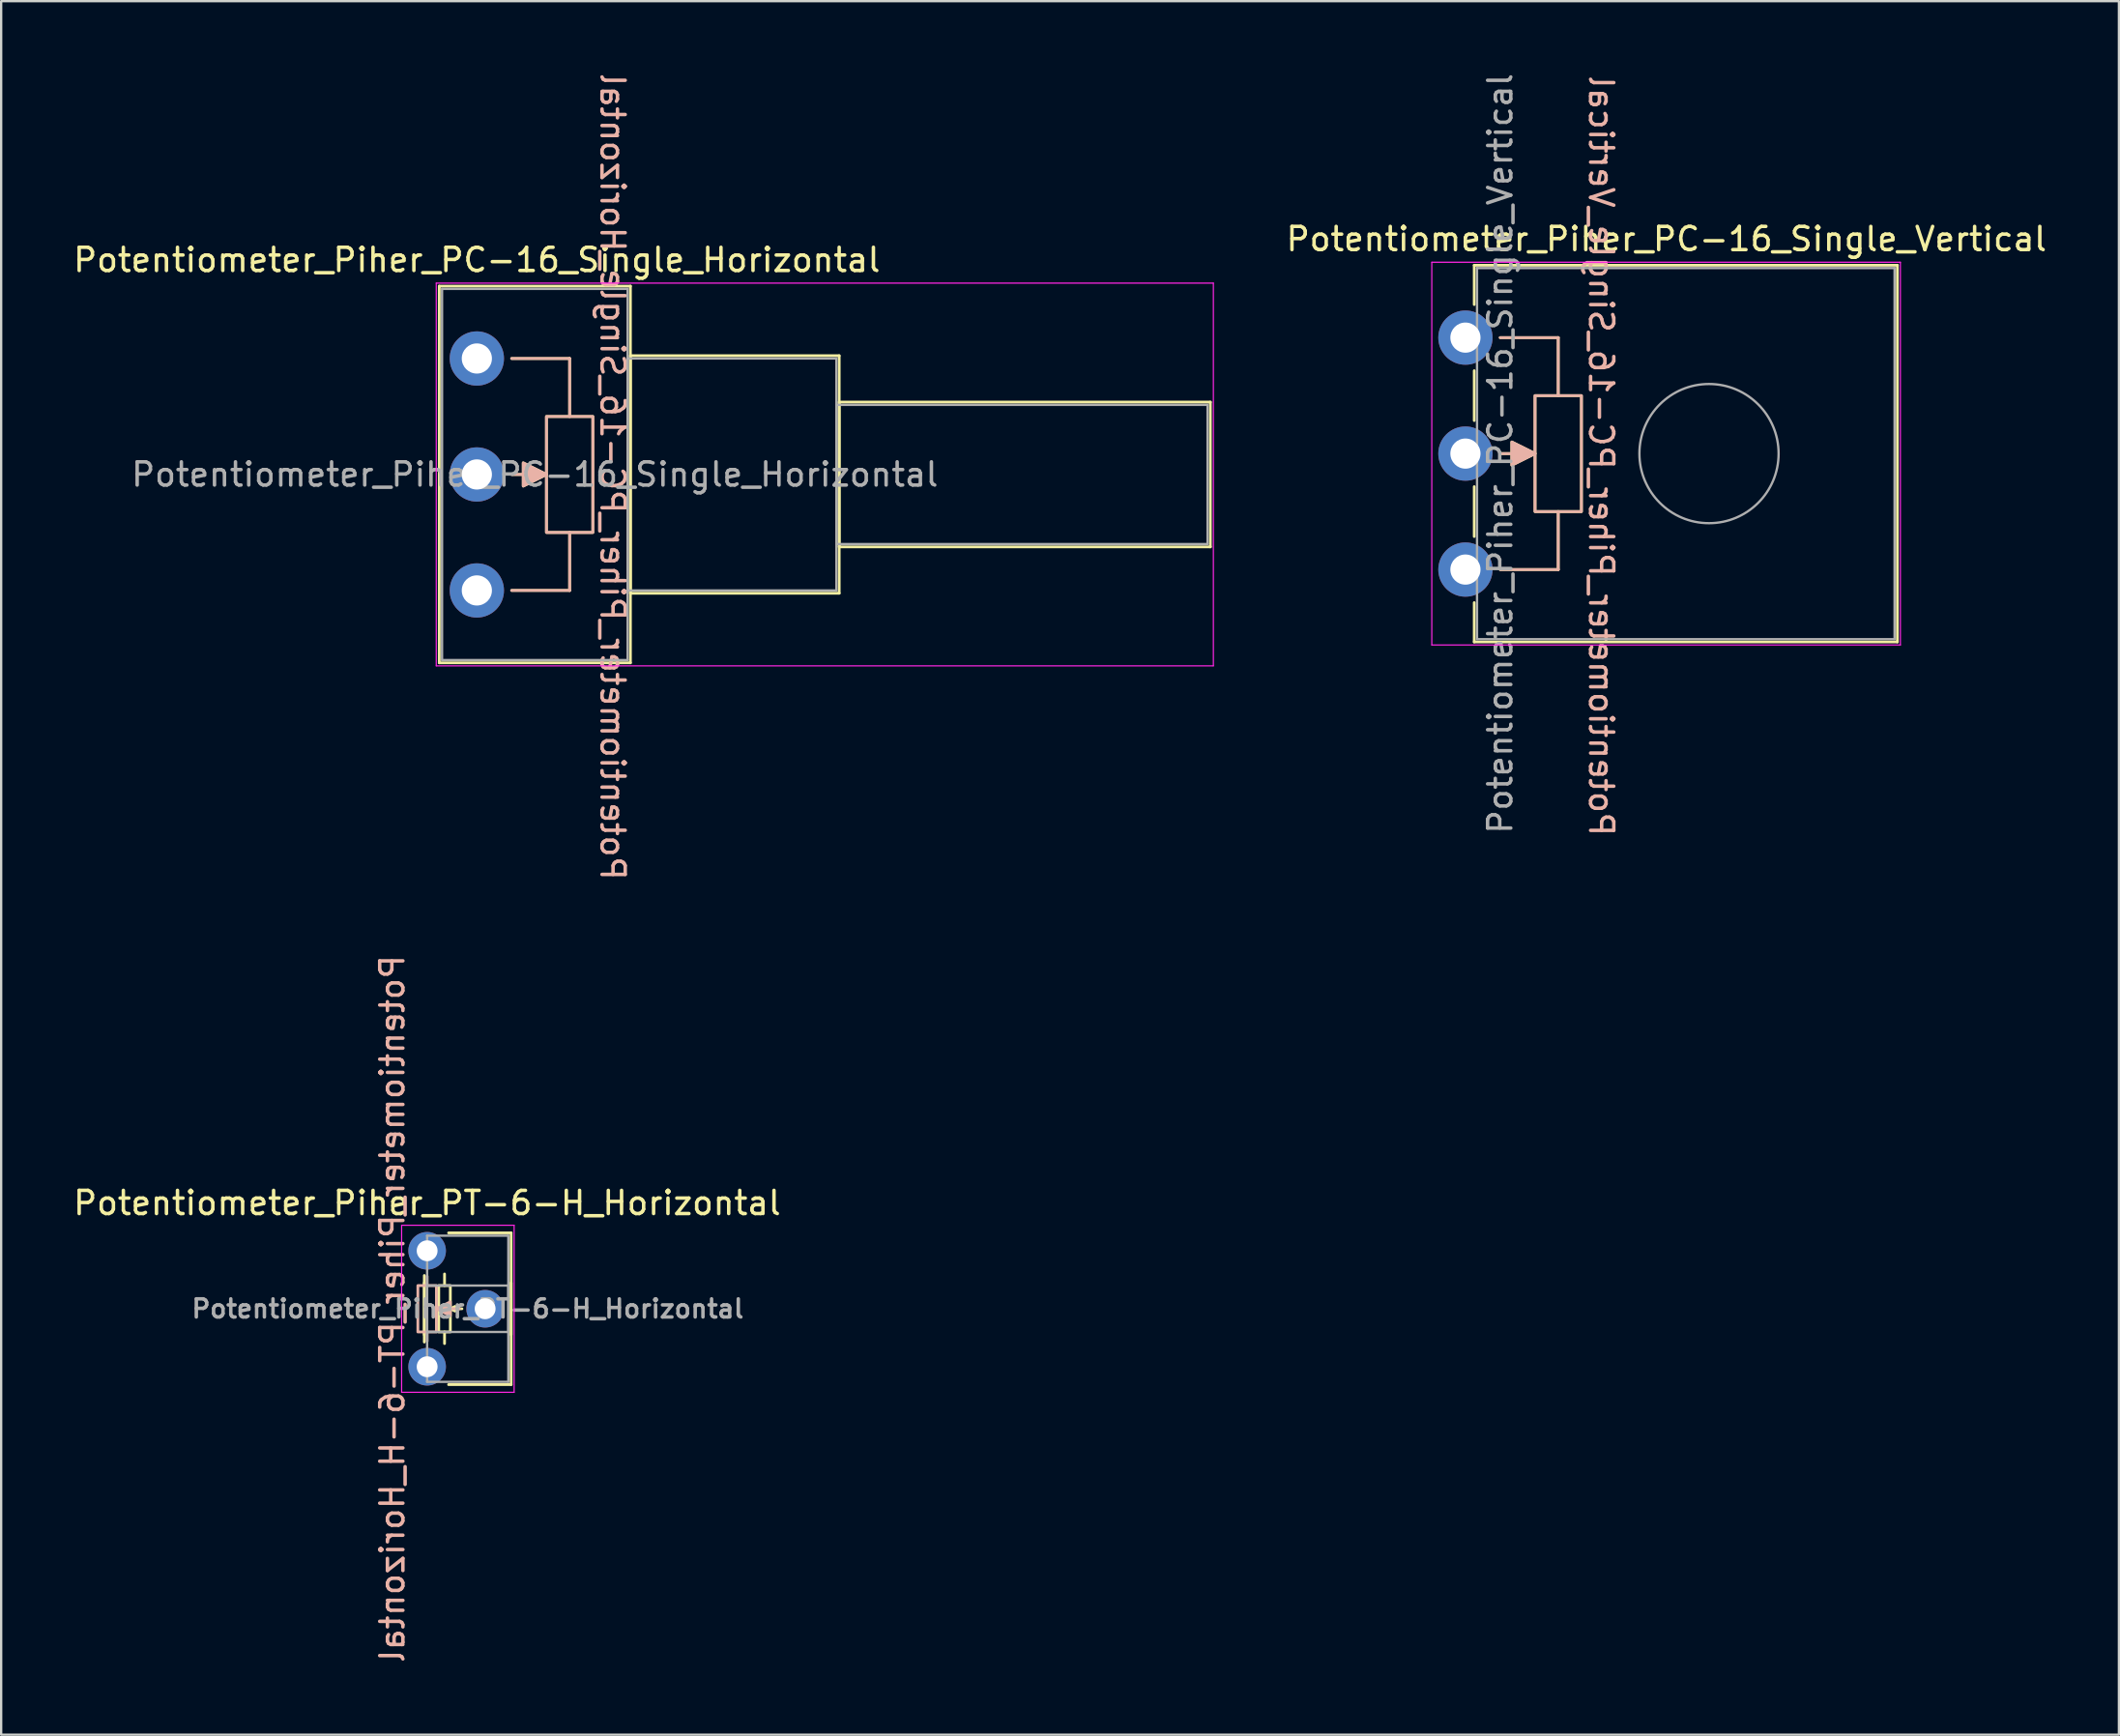
<source format=kicad_pcb>
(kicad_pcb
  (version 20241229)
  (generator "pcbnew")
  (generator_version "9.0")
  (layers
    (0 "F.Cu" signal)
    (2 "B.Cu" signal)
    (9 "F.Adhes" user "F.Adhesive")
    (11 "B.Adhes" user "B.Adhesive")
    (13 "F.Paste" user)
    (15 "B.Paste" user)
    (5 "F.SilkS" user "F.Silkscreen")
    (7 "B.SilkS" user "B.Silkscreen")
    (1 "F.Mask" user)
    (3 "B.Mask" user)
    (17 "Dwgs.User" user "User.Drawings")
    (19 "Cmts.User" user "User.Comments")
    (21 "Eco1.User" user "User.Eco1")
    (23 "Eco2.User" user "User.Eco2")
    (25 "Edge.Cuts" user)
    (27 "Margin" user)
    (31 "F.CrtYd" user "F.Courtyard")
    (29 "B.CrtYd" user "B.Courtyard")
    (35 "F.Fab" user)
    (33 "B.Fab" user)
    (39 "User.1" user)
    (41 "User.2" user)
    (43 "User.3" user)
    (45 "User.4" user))
  (footprint "Potentiometer_Piher_PC-16_Single_Horizontal"
    (layer "F.Cu")
    (at 17.506 22.406)
    (property "Reference" "Potentiometer_Piher_PC-16_Single_Horizontal" (at 0 -14.25 0) (layer "F.SilkS") (effects (font (size 1 1) (thickness 0.15))))
    (attr through_hole)
    (fp_line (start -1.62 -13.12) (end -1.62 3.12) (stroke (width 0.12) (type solid)) (layer "F.SilkS"))
    (fp_line (start -1.62 -13.12) (end 6.62 -13.12) (stroke (width 0.12) (type solid)) (layer "F.SilkS"))
    (fp_line (start -1.62 3.12) (end 6.62 3.12) (stroke (width 0.12) (type solid)) (layer "F.SilkS"))
    (fp_line (start 1.5 0) (end 4 0) (stroke (width 0.12) (type solid)) (layer "F.SilkS"))
    (fp_line (start 3 -5) (end 1.5 -5) (stroke (width 0.12) (type solid)) (layer "F.SilkS"))
    (fp_line (start 4 -10) (end 1.5 -10) (stroke (width 0.12) (type solid)) (layer "F.SilkS"))
    (fp_line (start 4 -7.5) (end 4 -10) (stroke (width 0.12) (type solid)) (layer "F.SilkS"))
    (fp_line (start 4 0) (end 4 -2.5) (stroke (width 0.12) (type solid)) (layer "F.SilkS"))
    (fp_line (start 6.62 -13.12) (end 6.62 3.12) (stroke (width 0.12) (type solid)) (layer "F.SilkS"))
    (fp_line (start 6.62 -10.12) (end 6.62 0.12) (stroke (width 0.12) (type solid)) (layer "F.SilkS"))
    (fp_line (start 6.62 -10.12) (end 15.62 -10.12) (stroke (width 0.12) (type solid)) (layer "F.SilkS"))
    (fp_line (start 6.62 0.12) (end 15.62 0.12) (stroke (width 0.12) (type solid)) (layer "F.SilkS"))
    (fp_line (start 15.62 -10.12) (end 15.62 0.12) (stroke (width 0.12) (type solid)) (layer "F.SilkS"))
    (fp_line (start 15.62 -8.12) (end 15.62 -1.879) (stroke (width 0.12) (type solid)) (layer "F.SilkS"))
    (fp_line (start 15.62 -8.12) (end 31.62 -8.12) (stroke (width 0.12) (type solid)) (layer "F.SilkS"))
    (fp_line (start 15.62 -1.879) (end 31.62 -1.879) (stroke (width 0.12) (type solid)) (layer "F.SilkS"))
    (fp_line (start 31.62 -8.12) (end 31.62 -1.879) (stroke (width 0.12) (type solid)) (layer "F.SilkS"))
    (fp_rect (start 5 -2.5) (end 3 -7.5) (stroke (width 0.12) (type solid)) (fill no) (layer "F.SilkS"))
    (fp_poly (pts (xy 2 -5.5) (xy 3 -5) (xy 2 -4.5)) (stroke (width 0.12) (type solid)) (fill yes) (layer "F.SilkS"))
    (fp_line (start 1.5 -5) (end 2 -5) (stroke (width 0.12) (type solid)) (layer "B.SilkS"))
    (fp_line (start 4 -10) (end 1.5 -10) (stroke (width 0.12) (type solid)) (layer "B.SilkS"))
    (fp_line (start 4 -7.5) (end 4 -10) (stroke (width 0.12) (type solid)) (layer "B.SilkS"))
    (fp_line (start 4 -2.5) (end 4 0) (stroke (width 0.12) (type solid)) (layer "B.SilkS"))
    (fp_line (start 4 0) (end 1.5 0) (stroke (width 0.12) (type solid)) (layer "B.SilkS"))
    (fp_rect (start 3 -7.5) (end 5 -2.5) (stroke (width 0.12) (type solid)) (fill no) (layer "B.SilkS"))
    (fp_poly (pts (xy 3 -5) (xy 2 -4.5) (xy 2 -5.5)) (stroke (width 0.12) (type solid)) (fill yes) (layer "B.SilkS"))
    (fp_line (start -1.75 -13.25) (end -1.75 3.25) (stroke (width 0.05) (type solid)) (layer "F.CrtYd"))
    (fp_line (start -1.75 3.25) (end 31.75 3.25) (stroke (width 0.05) (type solid)) (layer "F.CrtYd"))
    (fp_line (start 31.75 -13.25) (end -1.75 -13.25) (stroke (width 0.05) (type solid)) (layer "F.CrtYd"))
    (fp_line (start 31.75 3.25) (end 31.75 -13.25) (stroke (width 0.05) (type solid)) (layer "F.CrtYd"))
    (fp_line (start -1.5 -13) (end -1.5 3) (stroke (width 0.1) (type solid)) (layer "F.Fab"))
    (fp_line (start -1.5 3) (end 6.5 3) (stroke (width 0.1) (type solid)) (layer "F.Fab"))
    (fp_line (start 6.5 -13) (end -1.5 -13) (stroke (width 0.1) (type solid)) (layer "F.Fab"))
    (fp_line (start 6.5 -10) (end 6.5 0) (stroke (width 0.1) (type solid)) (layer "F.Fab"))
    (fp_line (start 6.5 0) (end 15.5 0) (stroke (width 0.1) (type solid)) (layer "F.Fab"))
    (fp_line (start 6.5 3) (end 6.5 -13) (stroke (width 0.1) (type solid)) (layer "F.Fab"))
    (fp_line (start 15.5 -10) (end 6.5 -10) (stroke (width 0.1) (type solid)) (layer "F.Fab"))
    (fp_line (start 15.5 -8) (end 15.5 -2) (stroke (width 0.1) (type solid)) (layer "F.Fab"))
    (fp_line (start 15.5 -2) (end 31.5 -2) (stroke (width 0.1) (type solid)) (layer "F.Fab"))
    (fp_line (start 15.5 0) (end 15.5 -10) (stroke (width 0.1) (type solid)) (layer "F.Fab"))
    (fp_line (start 31.5 -8) (end 15.5 -8) (stroke (width 0.1) (type solid)) (layer "F.Fab"))
    (fp_line (start 31.5 -2) (end 31.5 -8) (stroke (width 0.1) (type solid)) (layer "F.Fab"))
    (fp_text user "${REFERENCE}" (at 5.85 -4.9 270) (unlocked yes) (layer "B.SilkS") (effects (font (size 1 1) (thickness 0.15)) (justify mirror)))
    (fp_text user "${REFERENCE}" (at 2.5 -5 0) (layer "F.Fab") (effects (font (size 1 1) (thickness 0.15))))
    (pad "1" thru_hole circle (at 0 0) (size 2.34 2.34) (drill 1.3) (layers "*.Cu" "*.Mask"))
    (pad "2" thru_hole circle (at 0 -5) (size 2.34 2.34) (drill 1.3) (layers "*.Cu" "*.Mask"))
    (pad "3" thru_hole circle (at 0 -10) (size 2.34 2.34) (drill 1.3) (layers "*.Cu" "*.Mask")))
  (footprint "Potentiometer_Piher_PT-6-H_Horizontal"
    (layer "F.Cu")
    (at 15.363 50.875)
    (property "Reference" "Potentiometer_Piher_PT-6-H_Horizontal" (at 0 -2.06 0) (layer "F.SilkS") (effects (font (size 1 1) (thickness 0.15))))
    (attr through_hole)
    (fp_line (start -0.121 1.066) (end -0.121 3.935) (stroke (width 0.12) (type solid)) (layer "F.SilkS"))
    (fp_line (start -0.121 1.38) (end -0.121 3.62) (stroke (width 0.12) (type solid)) (layer "F.SilkS"))
    (fp_line (start 0.75 1.5) (end 0.75 1) (stroke (width 0.12) (type solid)) (layer "F.SilkS"))
    (fp_line (start 0.75 3.5) (end 0.75 4) (stroke (width 0.12) (type solid)) (layer "F.SilkS"))
    (fp_line (start 0.925 -0.77) (end 3.62 -0.77) (stroke (width 0.12) (type solid)) (layer "F.SilkS"))
    (fp_line (start 0.925 5.77) (end 3.62 5.77) (stroke (width 0.12) (type solid)) (layer "F.SilkS"))
    (fp_line (start 1.5 2.5) (end 1 2.5) (stroke (width 0.12) (type solid)) (layer "F.SilkS"))
    (fp_line (start 3.62 -0.77) (end 3.62 5.77) (stroke (width 0.12) (type solid)) (layer "F.SilkS"))
    (fp_line (start 3.62 1.38) (end 3.62 3.62) (stroke (width 0.12) (type solid)) (layer "F.SilkS"))
    (fp_rect (start 0.5 1.5) (end 1 3.5) (stroke (width 0.12) (type solid)) (fill no) (layer "F.SilkS"))
    (fp_poly (pts (xy 1.2 2.6) (xy 1 2.5) (xy 1.2 2.4)) (stroke (width 0.12) (type solid)) (fill yes) (layer "F.SilkS"))
    (fp_line (start 0 1.5) (end 0 1.1) (stroke (width 0.12) (type solid)) (layer "B.SilkS"))
    (fp_line (start 0 3.5) (end 0 3.9) (stroke (width 0.12) (type solid)) (layer "B.SilkS"))
    (fp_line (start 1.4 2.5) (end 0.4 2.5) (stroke (width 0.12) (type solid)) (layer "B.SilkS"))
    (fp_rect (start -0.4 1.5) (end 0.4 3.5) (stroke (width 0.12) (type solid)) (fill no) (layer "B.SilkS"))
    (fp_poly (pts (xy 1 2.8) (xy 0.4 2.5) (xy 1 2.2)) (stroke (width 0.12) (type solid)) (fill yes) (layer "B.SilkS"))
    (fp_line (start -1.1 -1.1) (end -1.1 6.1) (stroke (width 0.05) (type solid)) (layer "F.CrtYd"))
    (fp_line (start -1.1 6.1) (end 3.75 6.1) (stroke (width 0.05) (type solid)) (layer "F.CrtYd"))
    (fp_line (start 3.75 -1.1) (end -1.1 -1.1) (stroke (width 0.05) (type solid)) (layer "F.CrtYd"))
    (fp_line (start 3.75 6.1) (end 3.75 -1.1) (stroke (width 0.05) (type solid)) (layer "F.CrtYd"))
    (fp_line (start 0 -0.65) (end 3.5 -0.65) (stroke (width 0.1) (type solid)) (layer "F.Fab"))
    (fp_line (start 0 1.5) (end 0 3.5) (stroke (width 0.1) (type solid)) (layer "F.Fab"))
    (fp_line (start 0 3.5) (end 3.5 3.5) (stroke (width 0.1) (type solid)) (layer "F.Fab"))
    (fp_line (start 0 5.65) (end 0 -0.65) (stroke (width 0.1) (type solid)) (layer "F.Fab"))
    (fp_line (start 3.5 -0.65) (end 3.5 5.65) (stroke (width 0.1) (type solid)) (layer "F.Fab"))
    (fp_line (start 3.5 1.5) (end 0 1.5) (stroke (width 0.1) (type solid)) (layer "F.Fab"))
    (fp_line (start 3.5 3.5) (end 3.5 1.5) (stroke (width 0.1) (type solid)) (layer "F.Fab"))
    (fp_line (start 3.5 5.65) (end 0 5.65) (stroke (width 0.1) (type solid)) (layer "F.Fab"))
    (fp_text user "${REFERENCE}" (at -1.5 2.5 90) (unlocked yes) (layer "B.SilkS") (effects (font (size 1 1) (thickness 0.15)) (justify mirror)))
    (fp_text user "${REFERENCE}" (at 1.75 2.5 0) (layer "F.Fab") (effects (font (size 0.78 0.78) (thickness 0.15))))
    (pad "1" thru_hole circle (at 0 0) (size 1.62 1.62) (drill 0.9) (layers "*.Cu" "*.Mask"))
    (pad "2" thru_hole circle (at 2.5 2.5) (size 1.62 1.62) (drill 0.9) (layers "*.Cu" "*.Mask"))
    (pad "3" thru_hole circle (at 0 5) (size 1.62 1.62) (drill 0.9) (layers "*.Cu" "*.Mask")))
  (footprint "Potentiometer_Piher_PC-16_Single_Vertical"
    (layer "F.Cu")
    (at 60.122 21.506)
    (property "Reference" "Potentiometer_Piher_PC-16_Single_Vertical" (at 8.665 -14.25 0) (layer "F.SilkS") (effects (font (size 1 1) (thickness 0.15))))
    (attr through_hole)
    (fp_line (start 0.38 -13.12) (end 0.38 -11.426) (stroke (width 0.12) (type solid)) (layer "F.SilkS"))
    (fp_line (start 0.38 -13.12) (end 18.62 -13.12) (stroke (width 0.12) (type solid)) (layer "F.SilkS"))
    (fp_line (start 0.38 -8.574) (end 0.38 -6.425) (stroke (width 0.12) (type solid)) (layer "F.SilkS"))
    (fp_line (start 0.38 -3.575) (end 0.38 -1.425) (stroke (width 0.12) (type solid)) (layer "F.SilkS"))
    (fp_line (start 0.38 1.425) (end 0.38 3.12) (stroke (width 0.12) (type solid)) (layer "F.SilkS"))
    (fp_line (start 0.38 3.12) (end 18.62 3.12) (stroke (width 0.12) (type solid)) (layer "F.SilkS"))
    (fp_line (start 1.5 0) (end 4 0) (stroke (width 0.12) (type solid)) (layer "F.SilkS"))
    (fp_line (start 3 -5) (end 1.5 -5) (stroke (width 0.12) (type solid)) (layer "F.SilkS"))
    (fp_line (start 4 -10) (end 1.5 -10) (stroke (width 0.12) (type solid)) (layer "F.SilkS"))
    (fp_line (start 4 -7.5) (end 4 -10) (stroke (width 0.12) (type solid)) (layer "F.SilkS"))
    (fp_line (start 4 0) (end 4 -2.5) (stroke (width 0.12) (type solid)) (layer "F.SilkS"))
    (fp_line (start 18.62 -13.12) (end 18.62 3.12) (stroke (width 0.12) (type solid)) (layer "F.SilkS"))
    (fp_rect (start 5 -2.5) (end 3 -7.5) (stroke (width 0.12) (type solid)) (fill no) (layer "F.SilkS"))
    (fp_poly (pts (xy 2 -5.5) (xy 3 -5) (xy 2 -4.5)) (stroke (width 0.12) (type solid)) (fill yes) (layer "F.SilkS"))
    (fp_line (start 1.5 -5) (end 2 -5) (stroke (width 0.12) (type solid)) (layer "B.SilkS"))
    (fp_line (start 4 -10) (end 1.5 -10) (stroke (width 0.12) (type solid)) (layer "B.SilkS"))
    (fp_line (start 4 -7.5) (end 4 -10) (stroke (width 0.12) (type solid)) (layer "B.SilkS"))
    (fp_line (start 4 -2.5) (end 4 0) (stroke (width 0.12) (type solid)) (layer "B.SilkS"))
    (fp_line (start 4 0) (end 1.5 0) (stroke (width 0.12) (type solid)) (layer "B.SilkS"))
    (fp_rect (start 3 -7.5) (end 5 -2.5) (stroke (width 0.12) (type solid)) (fill no) (layer "B.SilkS"))
    (fp_poly (pts (xy 3 -5) (xy 2 -4.5) (xy 2 -5.5)) (stroke (width 0.12) (type solid)) (fill yes) (layer "B.SilkS"))
    (fp_line (start -1.45 -13.25) (end -1.45 3.25) (stroke (width 0.05) (type solid)) (layer "F.CrtYd"))
    (fp_line (start -1.45 3.25) (end 18.75 3.25) (stroke (width 0.05) (type solid)) (layer "F.CrtYd"))
    (fp_line (start 18.75 -13.25) (end -1.45 -13.25) (stroke (width 0.05) (type solid)) (layer "F.CrtYd"))
    (fp_line (start 18.75 3.25) (end 18.75 -13.25) (stroke (width 0.05) (type solid)) (layer "F.CrtYd"))
    (fp_line (start 0.5 -13) (end 0.5 3) (stroke (width 0.1) (type solid)) (layer "F.Fab"))
    (fp_line (start 0.5 3) (end 18.5 3) (stroke (width 0.1) (type solid)) (layer "F.Fab"))
    (fp_line (start 18.5 -13) (end 0.5 -13) (stroke (width 0.1) (type solid)) (layer "F.Fab"))
    (fp_line (start 18.5 3) (end 18.5 -13) (stroke (width 0.1) (type solid)) (layer "F.Fab"))
    (fp_circle (center 10.5 -5) (end 13.5 -5) (stroke (width 0.1) (type solid)) (fill no) (layer "F.Fab"))
    (fp_text user "${REFERENCE}" (at 5.85 -4.9 270) (unlocked yes) (layer "B.SilkS") (effects (font (size 1 1) (thickness 0.15)) (justify mirror)))
    (fp_text user "${REFERENCE}" (at 1.5 -5 90) (layer "F.Fab") (effects (font (size 1 1) (thickness 0.15))))
    (pad "1" thru_hole circle (at 0 0) (size 2.34 2.34) (drill 1.3) (layers "*.Cu" "*.Mask"))
    (pad "2" thru_hole circle (at 0 -5) (size 2.34 2.34) (drill 1.3) (layers "*.Cu" "*.Mask"))
    (pad "3" thru_hole circle (at 0 -10) (size 2.34 2.34) (drill 1.3) (layers "*.Cu" "*.Mask")))
  (gr_rect
    (start -3 -3)
    (end 88.293 71.738)
    (stroke (width 0.1) (type default))
    (fill no)
    (layer "Edge.Cuts")))
</source>
